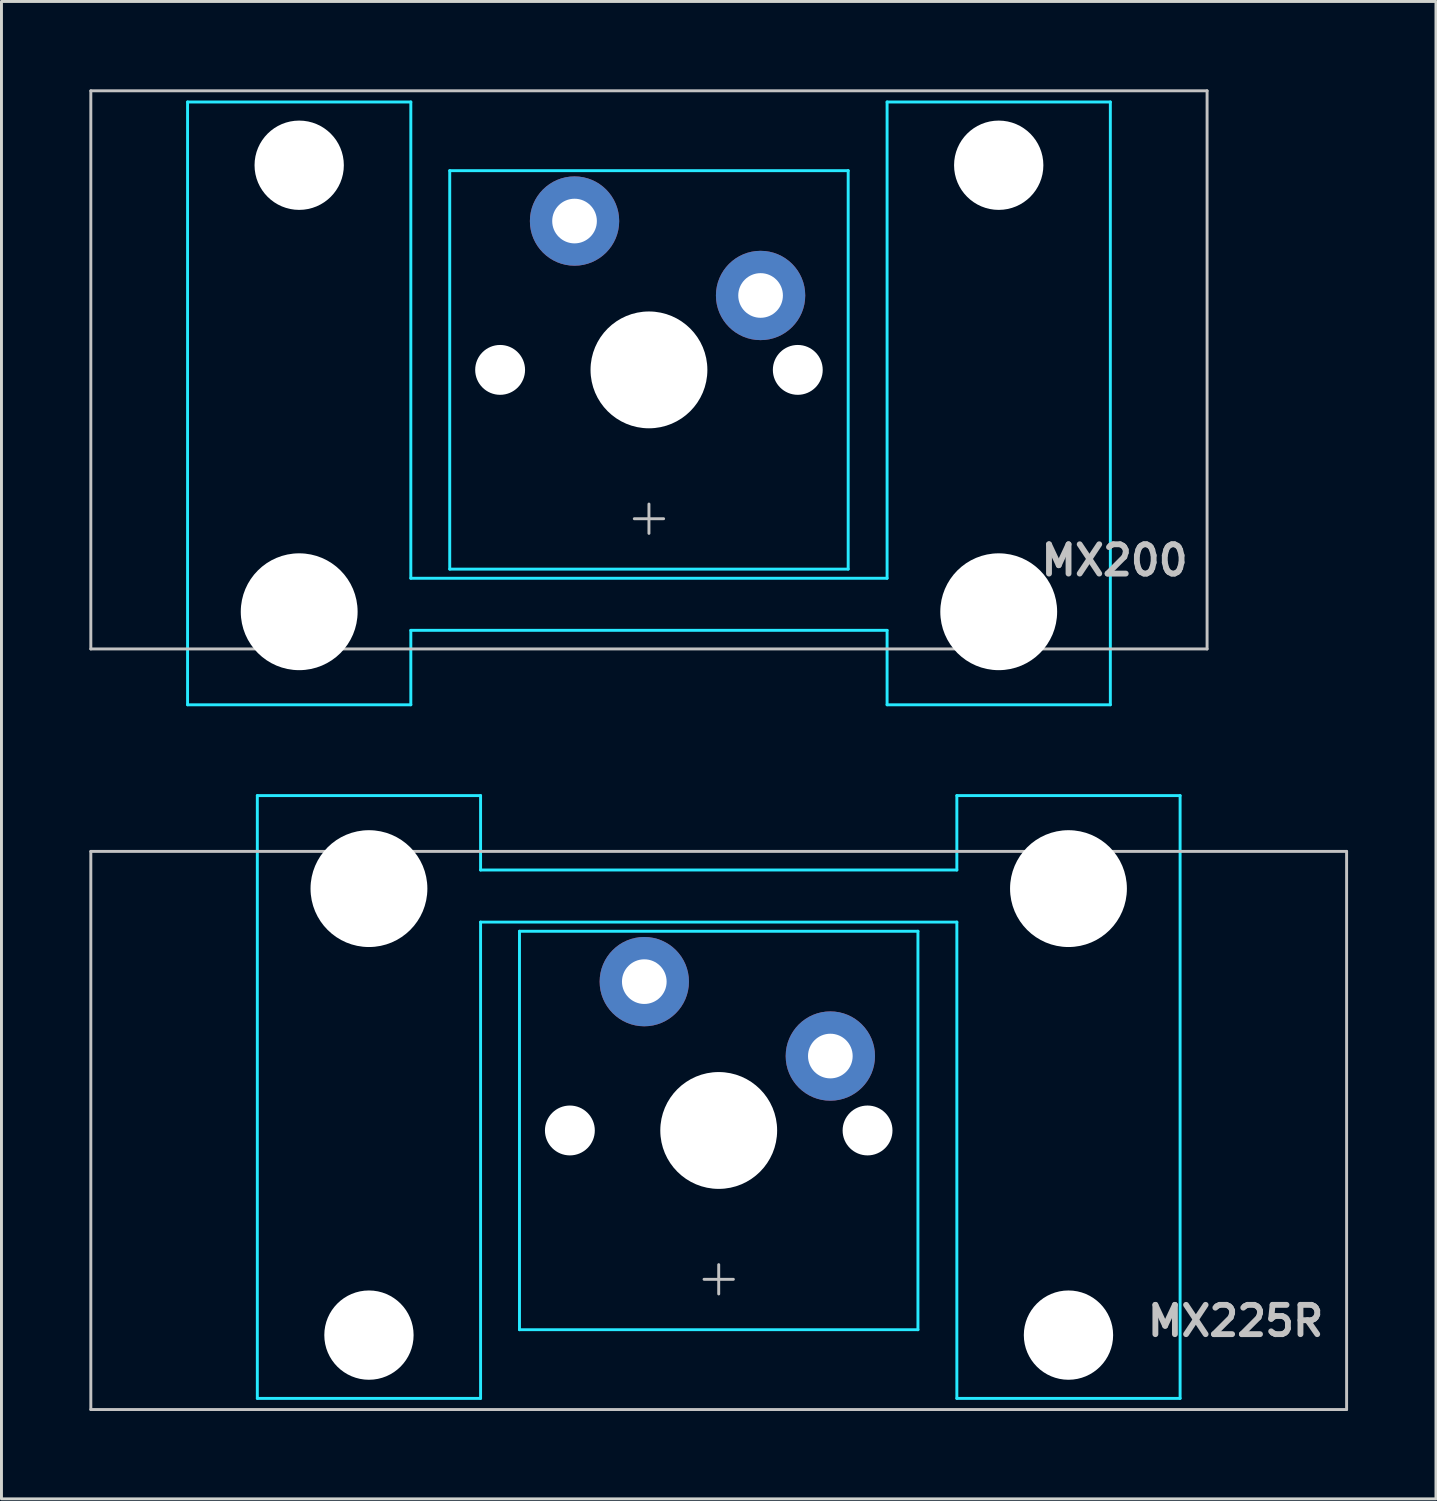
<source format=kicad_pcb>
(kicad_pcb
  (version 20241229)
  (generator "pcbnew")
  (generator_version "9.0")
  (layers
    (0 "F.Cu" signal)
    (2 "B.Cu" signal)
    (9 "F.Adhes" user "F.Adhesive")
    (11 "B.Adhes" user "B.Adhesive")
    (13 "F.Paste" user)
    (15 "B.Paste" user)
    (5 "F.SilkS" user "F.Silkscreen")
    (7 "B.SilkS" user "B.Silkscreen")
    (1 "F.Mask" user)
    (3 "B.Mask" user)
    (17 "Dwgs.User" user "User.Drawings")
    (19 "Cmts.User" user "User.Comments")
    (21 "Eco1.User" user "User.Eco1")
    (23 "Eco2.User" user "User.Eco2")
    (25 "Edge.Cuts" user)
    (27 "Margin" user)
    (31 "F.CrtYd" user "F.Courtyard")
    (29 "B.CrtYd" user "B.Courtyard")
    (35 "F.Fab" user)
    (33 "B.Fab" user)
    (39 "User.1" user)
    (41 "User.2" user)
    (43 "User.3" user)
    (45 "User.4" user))
  (footprint "MX225R"
    (layer "F.Cu")
    (at 21.481 35.535)
    (property "Reference" "MX225R" (at 20.75 6.5 0) (layer "Dwgs.User") (effects (font (size 1 1) (thickness 0.2)) (justify right)))
    (attr through_hole)
    (fp_line (start -21.431 -9.525) (end -21.431 9.525) (stroke (width 0.1) (type solid)) (layer "Dwgs.User"))
    (fp_line (start -21.431 -9.525) (end 21.431 -9.525) (stroke (width 0.1) (type solid)) (layer "Dwgs.User"))
    (fp_line (start -21.431 9.525) (end 21.431 9.525) (stroke (width 0.1) (type solid)) (layer "Dwgs.User"))
    (fp_line (start -0.5 5.08) (end 0.5 5.08) (stroke (width 0.1) (type solid)) (layer "Dwgs.User"))
    (fp_line (start 0 5.58) (end 0 4.58) (stroke (width 0.1) (type solid)) (layer "Dwgs.User"))
    (fp_line (start 21.431 -9.525) (end 21.431 9.525) (stroke (width 0.1) (type solid)) (layer "Dwgs.User"))
    (fp_line (start -15.438 -8.515) (end -15.438 5.485) (stroke (width 0.1) (type solid)) (layer "Eco1.User"))
    (fp_line (start -14.938 -9.015) (end -8.938 -9.015) (stroke (width 0.1) (type solid)) (layer "Eco1.User"))
    (fp_line (start -8.938 5.985) (end -14.938 5.985) (stroke (width 0.1) (type solid)) (layer "Eco1.User"))
    (fp_line (start -8.438 5.485) (end -8.438 -8.515) (stroke (width 0.1) (type solid)) (layer "Eco1.User"))
    (fp_line (start -7 -6.5) (end -7 6.5) (stroke (width 0.1) (type solid)) (layer "Eco1.User"))
    (fp_line (start -6.5 7) (end 6.5 7) (stroke (width 0.1) (type solid)) (layer "Eco1.User"))
    (fp_line (start 6.5 -7) (end -6.5 -7) (stroke (width 0.1) (type solid)) (layer "Eco1.User"))
    (fp_line (start 7 6.5) (end 7 -6.5) (stroke (width 0.1) (type solid)) (layer "Eco1.User"))
    (fp_line (start 8.438 -8.515) (end 8.438 5.485) (stroke (width 0.1) (type solid)) (layer "Eco1.User"))
    (fp_line (start 8.938 -9.015) (end 14.938 -9.015) (stroke (width 0.1) (type solid)) (layer "Eco1.User"))
    (fp_line (start 14.938 5.985) (end 8.938 5.985) (stroke (width 0.1) (type solid)) (layer "Eco1.User"))
    (fp_line (start 15.438 5.485) (end 15.438 -8.515) (stroke (width 0.1) (type solid)) (layer "Eco1.User"))
    (fp_arc (start -15.438 -8.515) (mid -15.291553 -8.868553) (end -14.938 -9.015) (stroke (width 0.1) (type solid)) (layer "Eco1.User"))
    (fp_arc (start -14.938 5.985) (mid -15.291553 5.838553) (end -15.438 5.485) (stroke (width 0.1) (type solid)) (layer "Eco1.User"))
    (fp_arc (start -8.938 -9.015) (mid -8.584447 -8.868553) (end -8.438 -8.515) (stroke (width 0.1) (type solid)) (layer "Eco1.User"))
    (fp_arc (start -8.438 5.485) (mid -8.584447 5.838553) (end -8.938 5.985) (stroke (width 0.1) (type solid)) (layer "Eco1.User"))
    (fp_arc (start -7 -6.5) (mid -6.853553 -6.853553) (end -6.5 -7) (stroke (width 0.1) (type solid)) (layer "Eco1.User"))
    (fp_arc (start -6.5 7) (mid -6.853553 6.853553) (end -7 6.5) (stroke (width 0.1) (type solid)) (layer "Eco1.User"))
    (fp_arc (start 6.5 -7) (mid 6.853553 -6.853553) (end 7 -6.5) (stroke (width 0.1) (type solid)) (layer "Eco1.User"))
    (fp_arc (start 7 6.5) (mid 6.853553 6.853553) (end 6.5 7) (stroke (width 0.1) (type solid)) (layer "Eco1.User"))
    (fp_arc (start 8.438 -8.515) (mid 8.584447 -8.868553) (end 8.938 -9.015) (stroke (width 0.1) (type solid)) (layer "Eco1.User"))
    (fp_arc (start 8.938 5.985) (mid 8.584447 5.838553) (end 8.438 5.485) (stroke (width 0.1) (type solid)) (layer "Eco1.User"))
    (fp_arc (start 14.938 -9.015) (mid 15.291553 -8.868553) (end 15.438 -8.515) (stroke (width 0.1) (type solid)) (layer "Eco1.User"))
    (fp_arc (start 15.438 5.485) (mid 15.291553 5.838553) (end 14.938 5.985) (stroke (width 0.1) (type solid)) (layer "Eco1.User"))
    (fp_line (start -15.748 -11.43) (end -8.128 -11.43) (stroke (width 0.1) (type solid)) (layer "B.CrtYd"))
    (fp_line (start -15.748 9.144) (end -15.748 -11.43) (stroke (width 0.1) (type solid)) (layer "B.CrtYd"))
    (fp_line (start -8.128 -11.43) (end -8.128 -8.89) (stroke (width 0.1) (type solid)) (layer "B.CrtYd"))
    (fp_line (start -8.128 9.144) (end -15.748 9.144) (stroke (width 0.1) (type solid)) (layer "B.CrtYd"))
    (fp_line (start -8.128 9.144) (end -8.128 -7.112) (stroke (width 0.1) (type solid)) (layer "B.CrtYd"))
    (fp_line (start -6.8 6.8) (end -6.8 -6.8) (stroke (width 0.1) (type solid)) (layer "B.CrtYd"))
    (fp_line (start 6.8 -6.8) (end -6.8 -6.8) (stroke (width 0.1) (type solid)) (layer "B.CrtYd"))
    (fp_line (start 6.8 6.8) (end -6.8 6.8) (stroke (width 0.1) (type solid)) (layer "B.CrtYd"))
    (fp_line (start 6.8 6.8) (end 6.8 -6.8) (stroke (width 0.1) (type solid)) (layer "B.CrtYd"))
    (fp_line (start 8.128 -11.43) (end 8.128 -8.89) (stroke (width 0.1) (type solid)) (layer "B.CrtYd"))
    (fp_line (start 8.128 -11.43) (end 15.748 -11.43) (stroke (width 0.1) (type solid)) (layer "B.CrtYd"))
    (fp_line (start 8.128 -8.89) (end -8.128 -8.89) (stroke (width 0.1) (type solid)) (layer "B.CrtYd"))
    (fp_line (start 8.128 -7.112) (end -8.128 -7.112) (stroke (width 0.1) (type solid)) (layer "B.CrtYd"))
    (fp_line (start 8.128 9.144) (end 8.128 -7.112) (stroke (width 0.1) (type solid)) (layer "B.CrtYd"))
    (fp_line (start 15.748 -11.43) (end 15.748 9.144) (stroke (width 0.1) (type solid)) (layer "B.CrtYd"))
    (fp_line (start 15.748 9.144) (end 8.128 9.144) (stroke (width 0.1) (type solid)) (layer "B.CrtYd"))
    (pad "" np_thru_hole circle (at -11.938 -8.255 180) (size 3.988 3.988) (drill 3.988) (layers "*.Cu" "*.Mask"))
    (pad "" np_thru_hole circle (at -11.938 6.985 180) (size 3.048 3.048) (drill 3.048) (layers "*.Cu" "*.Mask"))
    (pad "" smd circle (at -11.938 6.985) (size 3.988 3.988) (layers "F.Mask"))
    (pad "" np_thru_hole circle (at -5.08 0) (size 1.702 1.702) (drill 1.702) (layers "*.Cu" "*.Mask"))
    (pad "" np_thru_hole circle (at 0 0) (size 3.988 3.988) (drill 3.988) (layers "*.Cu" "*.Mask"))
    (pad "" np_thru_hole circle (at 5.08 0) (size 1.702 1.702) (drill 1.702) (layers "*.Cu" "*.Mask"))
    (pad "" np_thru_hole circle (at 11.938 -8.255 180) (size 3.988 3.988) (drill 3.988) (layers "*.Cu" "*.Mask"))
    (pad "" np_thru_hole circle (at 11.938 6.985 180) (size 3.048 3.048) (drill 3.048) (layers "*.Cu" "*.Mask"))
    (pad "" smd circle (at 11.938 6.985) (size 3.988 3.988) (layers "F.Mask"))
    (pad "1" thru_hole circle (at -2.54 -5.08) (size 3.048 3.048) (drill 1.524) (layers "*.Cu" "*.Mask"))
    (pad "2" thru_hole circle (at 3.81 -2.54) (size 3.048 3.048) (drill 1.524) (layers "*.Cu" "*.Mask")))
  (footprint "MX200"
    (layer "F.Cu")
    (at 19.1 9.575)
    (property "Reference" "MX200" (at 18.5 6.5 0) (layer "Dwgs.User") (effects (font (size 1 1) (thickness 0.2)) (justify right)))
    (attr through_hole)
    (fp_line (start -19.05 -9.525) (end -19.05 9.525) (stroke (width 0.1) (type solid)) (layer "Dwgs.User"))
    (fp_line (start -19.05 -9.525) (end 19.05 -9.525) (stroke (width 0.1) (type solid)) (layer "Dwgs.User"))
    (fp_line (start -19.05 9.525) (end 19.05 9.525) (stroke (width 0.1) (type solid)) (layer "Dwgs.User"))
    (fp_line (start -0.5 5.08) (end 0.5 5.08) (stroke (width 0.1) (type solid)) (layer "Dwgs.User"))
    (fp_line (start 0 5.58) (end 0 4.58) (stroke (width 0.1) (type solid)) (layer "Dwgs.User"))
    (fp_line (start 19.05 -9.525) (end 19.05 9.525) (stroke (width 0.1) (type solid)) (layer "Dwgs.User"))
    (fp_line (start -15.438 -5.485) (end -15.438 8.515) (stroke (width 0.1) (type solid)) (layer "Eco1.User"))
    (fp_line (start -14.938 -5.985) (end -8.938 -5.985) (stroke (width 0.1) (type solid)) (layer "Eco1.User"))
    (fp_line (start -8.938 9.015) (end -14.938 9.015) (stroke (width 0.1) (type solid)) (layer "Eco1.User"))
    (fp_line (start -8.438 8.515) (end -8.438 -5.485) (stroke (width 0.1) (type solid)) (layer "Eco1.User"))
    (fp_line (start -7 -6.5) (end -7 6.5) (stroke (width 0.1) (type solid)) (layer "Eco1.User"))
    (fp_line (start -6.5 7) (end 6.5 7) (stroke (width 0.1) (type solid)) (layer "Eco1.User"))
    (fp_line (start 6.5 -7) (end -6.5 -7) (stroke (width 0.1) (type solid)) (layer "Eco1.User"))
    (fp_line (start 7 6.5) (end 7 -6.5) (stroke (width 0.1) (type solid)) (layer "Eco1.User"))
    (fp_line (start 8.438 -5.485) (end 8.438 8.515) (stroke (width 0.1) (type solid)) (layer "Eco1.User"))
    (fp_line (start 8.938 -5.985) (end 14.938 -5.985) (stroke (width 0.1) (type solid)) (layer "Eco1.User"))
    (fp_line (start 14.938 9.015) (end 8.938 9.015) (stroke (width 0.1) (type solid)) (layer "Eco1.User"))
    (fp_line (start 15.438 8.515) (end 15.438 -5.485) (stroke (width 0.1) (type solid)) (layer "Eco1.User"))
    (fp_arc (start -15.438 -5.485) (mid -15.291553 -5.838553) (end -14.938 -5.985) (stroke (width 0.1) (type solid)) (layer "Eco1.User"))
    (fp_arc (start -14.938 9.015) (mid -15.291553 8.868553) (end -15.438 8.515) (stroke (width 0.1) (type solid)) (layer "Eco1.User"))
    (fp_arc (start -8.938 -5.985) (mid -8.584447 -5.838553) (end -8.438 -5.485) (stroke (width 0.1) (type solid)) (layer "Eco1.User"))
    (fp_arc (start -8.438 8.515) (mid -8.584447 8.868553) (end -8.938 9.015) (stroke (width 0.1) (type solid)) (layer "Eco1.User"))
    (fp_arc (start -7 -6.5) (mid -6.853553 -6.853553) (end -6.5 -7) (stroke (width 0.1) (type solid)) (layer "Eco1.User"))
    (fp_arc (start -6.5 7) (mid -6.853553 6.853553) (end -7 6.5) (stroke (width 0.1) (type solid)) (layer "Eco1.User"))
    (fp_arc (start 6.5 -7) (mid 6.853553 -6.853553) (end 7 -6.5) (stroke (width 0.1) (type solid)) (layer "Eco1.User"))
    (fp_arc (start 7 6.5) (mid 6.853553 6.853553) (end 6.5 7) (stroke (width 0.1) (type solid)) (layer "Eco1.User"))
    (fp_arc (start 8.438 -5.485) (mid 8.584447 -5.838553) (end 8.938 -5.985) (stroke (width 0.1) (type solid)) (layer "Eco1.User"))
    (fp_arc (start 8.938 9.015) (mid 8.584447 8.868553) (end 8.438 8.515) (stroke (width 0.1) (type solid)) (layer "Eco1.User"))
    (fp_arc (start 14.938 -5.985) (mid 15.291553 -5.838553) (end 15.438 -5.485) (stroke (width 0.1) (type solid)) (layer "Eco1.User"))
    (fp_arc (start 15.438 8.515) (mid 15.291553 8.868553) (end 14.938 9.015) (stroke (width 0.1) (type solid)) (layer "Eco1.User"))
    (fp_line (start -15.748 -9.144) (end -8.128 -9.144) (stroke (width 0.1) (type solid)) (layer "B.CrtYd"))
    (fp_line (start -15.748 11.43) (end -15.748 -9.144) (stroke (width 0.1) (type solid)) (layer "B.CrtYd"))
    (fp_line (start -8.128 -9.144) (end -8.128 7.112) (stroke (width 0.1) (type solid)) (layer "B.CrtYd"))
    (fp_line (start -8.128 7.112) (end 8.128 7.112) (stroke (width 0.1) (type solid)) (layer "B.CrtYd"))
    (fp_line (start -8.128 8.89) (end 8.128 8.89) (stroke (width 0.1) (type solid)) (layer "B.CrtYd"))
    (fp_line (start -8.128 11.43) (end -15.748 11.43) (stroke (width 0.1) (type solid)) (layer "B.CrtYd"))
    (fp_line (start -8.128 11.43) (end -8.128 8.89) (stroke (width 0.1) (type solid)) (layer "B.CrtYd"))
    (fp_line (start -6.8 6.8) (end -6.8 -6.8) (stroke (width 0.1) (type solid)) (layer "B.CrtYd"))
    (fp_line (start 6.8 -6.8) (end -6.8 -6.8) (stroke (width 0.1) (type solid)) (layer "B.CrtYd"))
    (fp_line (start 6.8 6.8) (end -6.8 6.8) (stroke (width 0.1) (type solid)) (layer "B.CrtYd"))
    (fp_line (start 6.8 6.8) (end 6.8 -6.8) (stroke (width 0.1) (type solid)) (layer "B.CrtYd"))
    (fp_line (start 8.128 -9.144) (end 8.128 7.112) (stroke (width 0.1) (type solid)) (layer "B.CrtYd"))
    (fp_line (start 8.128 -9.144) (end 15.748 -9.144) (stroke (width 0.1) (type solid)) (layer "B.CrtYd"))
    (fp_line (start 8.128 11.43) (end 8.128 8.89) (stroke (width 0.1) (type solid)) (layer "B.CrtYd"))
    (fp_line (start 15.748 -9.144) (end 15.748 11.43) (stroke (width 0.1) (type solid)) (layer "B.CrtYd"))
    (fp_line (start 15.748 11.43) (end 8.128 11.43) (stroke (width 0.1) (type solid)) (layer "B.CrtYd"))
    (pad "" np_thru_hole circle (at -11.938 -6.985) (size 3.048 3.048) (drill 3.048) (layers "*.Cu" "*.Mask"))
    (pad "" smd circle (at -11.938 -6.985) (size 3.988 3.988) (layers "F.Mask"))
    (pad "" np_thru_hole circle (at -11.938 8.255) (size 3.988 3.988) (drill 3.988) (layers "*.Cu" "*.Mask"))
    (pad "" np_thru_hole circle (at -5.08 0) (size 1.702 1.702) (drill 1.702) (layers "*.Cu" "*.Mask"))
    (pad "" np_thru_hole circle (at 0 0) (size 3.988 3.988) (drill 3.988) (layers "*.Cu" "*.Mask"))
    (pad "" np_thru_hole circle (at 5.08 0) (size 1.702 1.702) (drill 1.702) (layers "*.Cu" "*.Mask"))
    (pad "" np_thru_hole circle (at 11.938 -6.985) (size 3.048 3.048) (drill 3.048) (layers "*.Cu" "*.Mask"))
    (pad "" smd circle (at 11.938 -6.985) (size 3.988 3.988) (layers "F.Mask"))
    (pad "" np_thru_hole circle (at 11.938 8.255) (size 3.988 3.988) (drill 3.988) (layers "*.Cu" "*.Mask"))
    (pad "1" thru_hole circle (at -2.54 -5.08) (size 3.048 3.048) (drill 1.524) (layers "*.Cu" "*.Mask"))
    (pad "2" thru_hole circle (at 3.81 -2.54) (size 3.048 3.048) (drill 1.524) (layers "*.Cu" "*.Mask")))
  (gr_rect
    (start -3 -3)
    (end 45.962 48.11)
    (stroke (width 0.1) (type default))
    (fill no)
    (layer "Edge.Cuts")))
</source>
